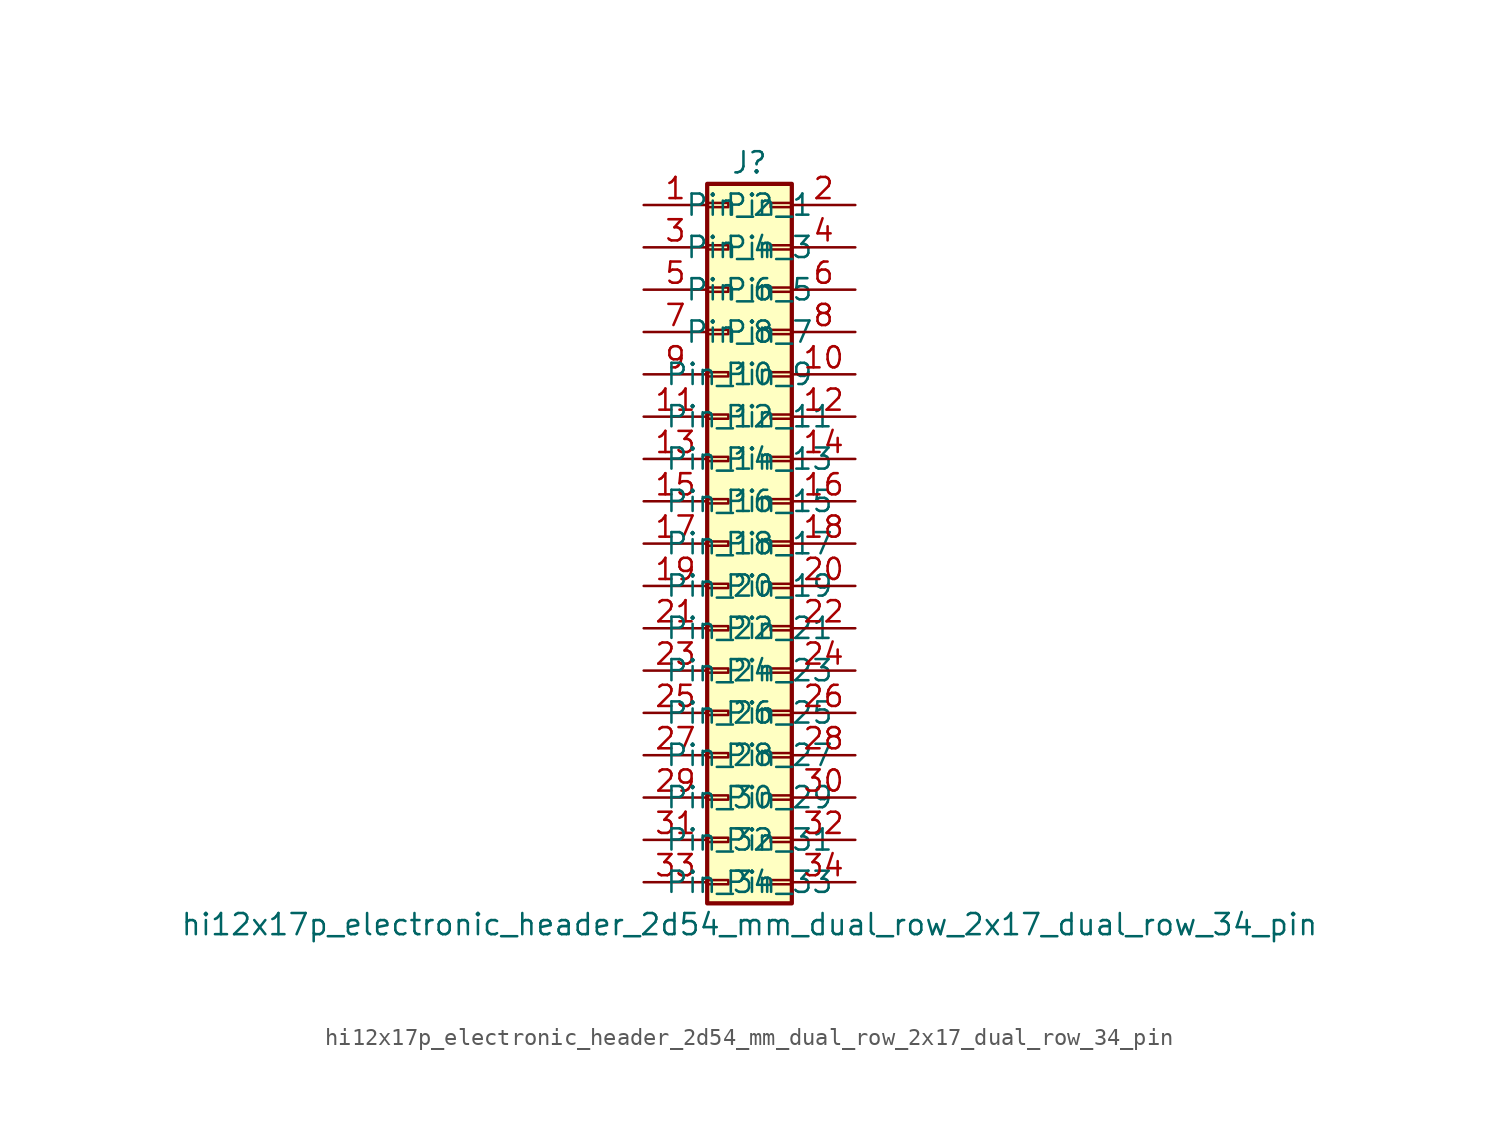
<source format=kicad_sym>
(kicad_symbol_lib
  (version 20220914)
  (generator kicad_symbol_editor)
  (symbol "hi12x17p_electronic_header_2d54_mm_dual_row_2x17_dual_row_34_pin"
    (pin_names
      (offset 1.016))
    (property "Reference" "J"
      (at 1.27 22.86 0)
      (effects (font (size 1.27 1.27))))
    (property "Value" "hi12x17p_electronic_header_2d54_mm_dual_row_2x17_dual_row_34_pin"
      (at 1.27 -22.86 0)
      (effects (font (size 1.27 1.27))))
    (symbol "hi12x17p_electronic_header_2d54_mm_dual_row_2x17_dual_row_34_pin_1_1"
      (rectangle (start -1.27 -20.193) (end 0 -20.447) (stroke (width 0.152) (type default)) (fill (type none)))
      (rectangle (start -1.27 -17.653) (end 0 -17.907) (stroke (width 0.152) (type default)) (fill (type none)))
      (rectangle (start -1.27 -15.113) (end 0 -15.367) (stroke (width 0.152) (type default)) (fill (type none)))
      (rectangle (start -1.27 -12.573) (end 0 -12.827) (stroke (width 0.152) (type default)) (fill (type none)))
      (rectangle (start -1.27 -10.033) (end 0 -10.287) (stroke (width 0.152) (type default)) (fill (type none)))
      (rectangle (start -1.27 -7.493) (end 0 -7.747) (stroke (width 0.152) (type default)) (fill (type none)))
      (rectangle (start -1.27 -4.953) (end 0 -5.207) (stroke (width 0.152) (type default)) (fill (type none)))
      (rectangle (start -1.27 -2.413) (end 0 -2.667) (stroke (width 0.152) (type default)) (fill (type none)))
      (rectangle (start -1.27 0.127) (end 0 -0.127) (stroke (width 0.152) (type default)) (fill (type none)))
      (rectangle (start -1.27 2.667) (end 0 2.413) (stroke (width 0.152) (type default)) (fill (type none)))
      (rectangle (start -1.27 5.207) (end 0 4.953) (stroke (width 0.152) (type default)) (fill (type none)))
      (rectangle (start -1.27 7.747) (end 0 7.493) (stroke (width 0.152) (type default)) (fill (type none)))
      (rectangle (start -1.27 10.287) (end 0 10.033) (stroke (width 0.152) (type default)) (fill (type none)))
      (rectangle (start -1.27 12.827) (end 0 12.573) (stroke (width 0.152) (type default)) (fill (type none)))
      (rectangle (start -1.27 15.367) (end 0 15.113) (stroke (width 0.152) (type default)) (fill (type none)))
      (rectangle (start -1.27 17.907) (end 0 17.653) (stroke (width 0.152) (type default)) (fill (type none)))
      (rectangle (start -1.27 20.447) (end 0 20.193) (stroke (width 0.152) (type default)) (fill (type none)))
      (rectangle (start -1.27 21.59) (end 3.81 -21.59) (stroke (width 0.254) (type default)) (fill (type background)))
      (rectangle (start 3.81 -20.193) (end 2.54 -20.447) (stroke (width 0.152) (type default)) (fill (type none)))
      (rectangle (start 3.81 -17.653) (end 2.54 -17.907) (stroke (width 0.152) (type default)) (fill (type none)))
      (rectangle (start 3.81 -15.113) (end 2.54 -15.367) (stroke (width 0.152) (type default)) (fill (type none)))
      (rectangle (start 3.81 -12.573) (end 2.54 -12.827) (stroke (width 0.152) (type default)) (fill (type none)))
      (rectangle (start 3.81 -10.033) (end 2.54 -10.287) (stroke (width 0.152) (type default)) (fill (type none)))
      (rectangle (start 3.81 -7.493) (end 2.54 -7.747) (stroke (width 0.152) (type default)) (fill (type none)))
      (rectangle (start 3.81 -4.953) (end 2.54 -5.207) (stroke (width 0.152) (type default)) (fill (type none)))
      (rectangle (start 3.81 -2.413) (end 2.54 -2.667) (stroke (width 0.152) (type default)) (fill (type none)))
      (rectangle (start 3.81 0.127) (end 2.54 -0.127) (stroke (width 0.152) (type default)) (fill (type none)))
      (rectangle (start 3.81 2.667) (end 2.54 2.413) (stroke (width 0.152) (type default)) (fill (type none)))
      (rectangle (start 3.81 5.207) (end 2.54 4.953) (stroke (width 0.152) (type default)) (fill (type none)))
      (rectangle (start 3.81 7.747) (end 2.54 7.493) (stroke (width 0.152) (type default)) (fill (type none)))
      (rectangle (start 3.81 10.287) (end 2.54 10.033) (stroke (width 0.152) (type default)) (fill (type none)))
      (rectangle (start 3.81 12.827) (end 2.54 12.573) (stroke (width 0.152) (type default)) (fill (type none)))
      (rectangle (start 3.81 15.367) (end 2.54 15.113) (stroke (width 0.152) (type default)) (fill (type none)))
      (rectangle (start 3.81 17.907) (end 2.54 17.653) (stroke (width 0.152) (type default)) (fill (type none)))
      (rectangle (start 3.81 20.447) (end 2.54 20.193) (stroke (width 0.152) (type default)) (fill (type none)))
      (pin passive line (at -5.08 20.32 0) (length 3.81) (name "Pin_1" (effects (font (size 1.27 1.27)))) (number "1" (effects (font (size 1.27 1.27)))))
      (pin passive line (at 7.62 10.16 180) (length 3.81) (name "Pin_10" (effects (font (size 1.27 1.27)))) (number "10" (effects (font (size 1.27 1.27)))))
      (pin passive line (at -5.08 7.62 0) (length 3.81) (name "Pin_11" (effects (font (size 1.27 1.27)))) (number "11" (effects (font (size 1.27 1.27)))))
      (pin passive line (at 7.62 7.62 180) (length 3.81) (name "Pin_12" (effects (font (size 1.27 1.27)))) (number "12" (effects (font (size 1.27 1.27)))))
      (pin passive line (at -5.08 5.08 0) (length 3.81) (name "Pin_13" (effects (font (size 1.27 1.27)))) (number "13" (effects (font (size 1.27 1.27)))))
      (pin passive line (at 7.62 5.08 180) (length 3.81) (name "Pin_14" (effects (font (size 1.27 1.27)))) (number "14" (effects (font (size 1.27 1.27)))))
      (pin passive line (at -5.08 2.54 0) (length 3.81) (name "Pin_15" (effects (font (size 1.27 1.27)))) (number "15" (effects (font (size 1.27 1.27)))))
      (pin passive line (at 7.62 2.54 180) (length 3.81) (name "Pin_16" (effects (font (size 1.27 1.27)))) (number "16" (effects (font (size 1.27 1.27)))))
      (pin passive line (at -5.08 0 0) (length 3.81) (name "Pin_17" (effects (font (size 1.27 1.27)))) (number "17" (effects (font (size 1.27 1.27)))))
      (pin passive line (at 7.62 0 180) (length 3.81) (name "Pin_18" (effects (font (size 1.27 1.27)))) (number "18" (effects (font (size 1.27 1.27)))))
      (pin passive line (at -5.08 -2.54 0) (length 3.81) (name "Pin_19" (effects (font (size 1.27 1.27)))) (number "19" (effects (font (size 1.27 1.27)))))
      (pin passive line (at 7.62 20.32 180) (length 3.81) (name "Pin_2" (effects (font (size 1.27 1.27)))) (number "2" (effects (font (size 1.27 1.27)))))
      (pin passive line (at 7.62 -2.54 180) (length 3.81) (name "Pin_20" (effects (font (size 1.27 1.27)))) (number "20" (effects (font (size 1.27 1.27)))))
      (pin passive line (at -5.08 -5.08 0) (length 3.81) (name "Pin_21" (effects (font (size 1.27 1.27)))) (number "21" (effects (font (size 1.27 1.27)))))
      (pin passive line (at 7.62 -5.08 180) (length 3.81) (name "Pin_22" (effects (font (size 1.27 1.27)))) (number "22" (effects (font (size 1.27 1.27)))))
      (pin passive line (at -5.08 -7.62 0) (length 3.81) (name "Pin_23" (effects (font (size 1.27 1.27)))) (number "23" (effects (font (size 1.27 1.27)))))
      (pin passive line (at 7.62 -7.62 180) (length 3.81) (name "Pin_24" (effects (font (size 1.27 1.27)))) (number "24" (effects (font (size 1.27 1.27)))))
      (pin passive line (at -5.08 -10.16 0) (length 3.81) (name "Pin_25" (effects (font (size 1.27 1.27)))) (number "25" (effects (font (size 1.27 1.27)))))
      (pin passive line (at 7.62 -10.16 180) (length 3.81) (name "Pin_26" (effects (font (size 1.27 1.27)))) (number "26" (effects (font (size 1.27 1.27)))))
      (pin passive line (at -5.08 -12.7 0) (length 3.81) (name "Pin_27" (effects (font (size 1.27 1.27)))) (number "27" (effects (font (size 1.27 1.27)))))
      (pin passive line (at 7.62 -12.7 180) (length 3.81) (name "Pin_28" (effects (font (size 1.27 1.27)))) (number "28" (effects (font (size 1.27 1.27)))))
      (pin passive line (at -5.08 -15.24 0) (length 3.81) (name "Pin_29" (effects (font (size 1.27 1.27)))) (number "29" (effects (font (size 1.27 1.27)))))
      (pin passive line (at -5.08 17.78 0) (length 3.81) (name "Pin_3" (effects (font (size 1.27 1.27)))) (number "3" (effects (font (size 1.27 1.27)))))
      (pin passive line (at 7.62 -15.24 180) (length 3.81) (name "Pin_30" (effects (font (size 1.27 1.27)))) (number "30" (effects (font (size 1.27 1.27)))))
      (pin passive line (at -5.08 -17.78 0) (length 3.81) (name "Pin_31" (effects (font (size 1.27 1.27)))) (number "31" (effects (font (size 1.27 1.27)))))
      (pin passive line (at 7.62 -17.78 180) (length 3.81) (name "Pin_32" (effects (font (size 1.27 1.27)))) (number "32" (effects (font (size 1.27 1.27)))))
      (pin passive line (at -5.08 -20.32 0) (length 3.81) (name "Pin_33" (effects (font (size 1.27 1.27)))) (number "33" (effects (font (size 1.27 1.27)))))
      (pin passive line (at 7.62 -20.32 180) (length 3.81) (name "Pin_34" (effects (font (size 1.27 1.27)))) (number "34" (effects (font (size 1.27 1.27)))))
      (pin passive line (at 7.62 17.78 180) (length 3.81) (name "Pin_4" (effects (font (size 1.27 1.27)))) (number "4" (effects (font (size 1.27 1.27)))))
      (pin passive line (at -5.08 15.24 0) (length 3.81) (name "Pin_5" (effects (font (size 1.27 1.27)))) (number "5" (effects (font (size 1.27 1.27)))))
      (pin passive line (at 7.62 15.24 180) (length 3.81) (name "Pin_6" (effects (font (size 1.27 1.27)))) (number "6" (effects (font (size 1.27 1.27)))))
      (pin passive line (at -5.08 12.7 0) (length 3.81) (name "Pin_7" (effects (font (size 1.27 1.27)))) (number "7" (effects (font (size 1.27 1.27)))))
      (pin passive line (at 7.62 12.7 180) (length 3.81) (name "Pin_8" (effects (font (size 1.27 1.27)))) (number "8" (effects (font (size 1.27 1.27)))))
      (pin passive line (at -5.08 10.16 0) (length 3.81) (name "Pin_9" (effects (font (size 1.27 1.27)))) (number "9" (effects (font (size 1.27 1.27))))))))
</source>
